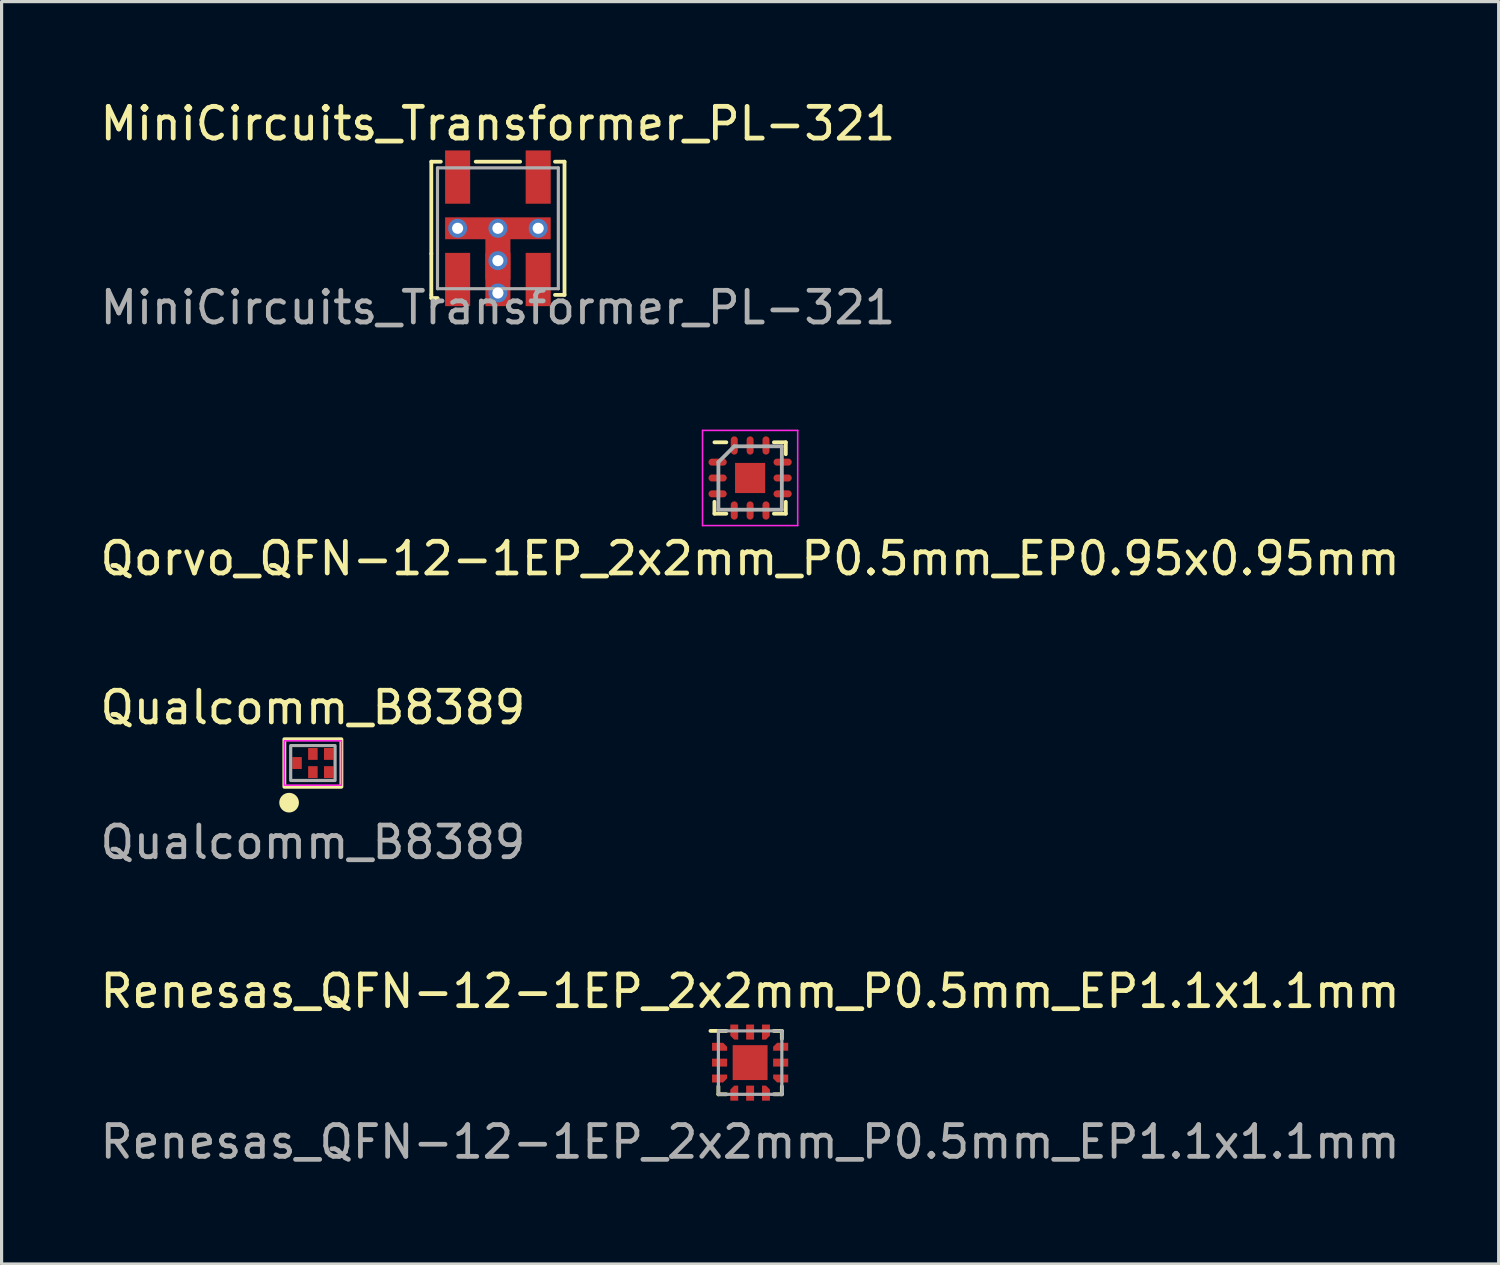
<source format=kicad_pcb>
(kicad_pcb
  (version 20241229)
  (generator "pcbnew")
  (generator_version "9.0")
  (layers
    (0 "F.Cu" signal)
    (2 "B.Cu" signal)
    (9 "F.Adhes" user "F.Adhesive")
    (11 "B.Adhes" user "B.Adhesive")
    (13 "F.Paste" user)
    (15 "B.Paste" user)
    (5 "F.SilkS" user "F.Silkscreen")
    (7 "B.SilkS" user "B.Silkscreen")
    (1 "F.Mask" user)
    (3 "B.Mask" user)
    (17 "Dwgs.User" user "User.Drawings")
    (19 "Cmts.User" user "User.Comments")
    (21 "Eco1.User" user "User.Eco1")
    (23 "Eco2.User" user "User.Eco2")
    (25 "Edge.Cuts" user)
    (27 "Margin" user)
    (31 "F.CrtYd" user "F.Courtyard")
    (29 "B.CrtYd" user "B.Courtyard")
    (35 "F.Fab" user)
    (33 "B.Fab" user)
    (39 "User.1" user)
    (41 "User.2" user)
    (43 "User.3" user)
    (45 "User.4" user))
  (footprint "Qualcomm_B8389"
    (layer "F.Cu")
    (at 6.815 21.008)
    (property "Reference" "Qualcomm_B8389" (at 0 -1.75 0) (unlocked yes) (layer "F.SilkS") (effects (font (size 1 1) (thickness 0.15))))
    (attr smd)
    (fp_rect (start -0.9 -0.75) (end 0.9 0.75) (stroke (width 0.12) (type default)) (fill no) (layer "F.SilkS"))
    (fp_circle (center -0.75 1.25) (end -0.5 1.25) (stroke (width 0.12) (type solid)) (fill yes) (layer "F.SilkS"))
    (fp_rect (start -0.9 -0.7) (end 0.9 0.7) (stroke (width 0.05) (type default)) (fill no) (layer "F.CrtYd"))
    (fp_rect (start -0.7 -0.55) (end 0.7 0.55) (stroke (width 0.1) (type default)) (fill no) (layer "F.Fab"))
    (fp_text user "${REFERENCE}" (at 0 2.5 0) (unlocked yes) (layer "F.Fab") (effects (font (size 1 1) (thickness 0.15))))
    (pad "1" smd rect (at -0.5 0) (size 0.3 0.375) (layers "F.Cu" "F.Mask" "F.Paste"))
    (pad "2" smd rect (at 0 0.287) (size 0.3 0.375) (layers "F.Cu" "F.Mask" "F.Paste"))
    (pad "3" smd rect (at 0.5 0.287) (size 0.3 0.375) (layers "F.Cu" "F.Mask" "F.Paste"))
    (pad "4" smd rect (at 0.5 -0.287) (size 0.3 0.375) (layers "F.Cu" "F.Mask" "F.Paste"))
    (pad "5" smd rect (at 0 -0.287) (size 0.3 0.375) (layers "F.Cu" "F.Mask" "F.Paste")))
  (footprint "MiniCircuits_Transformer_PL-321"
    (layer "F.Cu")
    (at 12.649 4.148)
    (property "Reference" "MiniCircuits_Transformer_PL-321" (at 0 -3.3 0) (unlocked yes) (layer "F.SilkS") (effects (font (size 1 1) (thickness 0.15))))
    (attr smd)
    (fp_line (start -2.1 -2.1) (end -2.1 0.8) (stroke (width 0.12) (type solid)) (layer "F.SilkS"))
    (fp_line (start -2.1 0.8) (end -2.1 2.1) (stroke (width 0.12) (type solid)) (layer "F.SilkS"))
    (fp_line (start -2.1 2.1) (end -2.1 2.2) (stroke (width 0.12) (type solid)) (layer "F.SilkS"))
    (fp_line (start -2.1 2.2) (end -1.9 2.2) (stroke (width 0.12) (type solid)) (layer "F.SilkS"))
    (fp_line (start -1.8 -2.1) (end -2.1 -2.1) (stroke (width 0.12) (type solid)) (layer "F.SilkS"))
    (fp_line (start -0.7 -2.1) (end 0.7 -2.1) (stroke (width 0.12) (type solid)) (layer "F.SilkS"))
    (fp_line (start 1.8 -2.1) (end 2.1 -2.1) (stroke (width 0.12) (type solid)) (layer "F.SilkS"))
    (fp_line (start 2.1 -2.1) (end 2.1 2.1) (stroke (width 0.12) (type solid)) (layer "F.SilkS"))
    (fp_line (start 2.1 2.1) (end 1.8 2.1) (stroke (width 0.12) (type solid)) (layer "F.SilkS"))
    (fp_line (start -1.905 -1.905) (end 1.905 -1.905) (stroke (width 0.1) (type solid)) (layer "F.Fab"))
    (fp_line (start -1.905 1.905) (end -1.905 -1.905) (stroke (width 0.1) (type solid)) (layer "F.Fab"))
    (fp_line (start 1.905 -1.905) (end 1.905 1.905) (stroke (width 0.1) (type solid)) (layer "F.Fab"))
    (fp_line (start 1.905 1.905) (end -1.905 1.905) (stroke (width 0.1) (type solid)) (layer "F.Fab"))
    (fp_text user "${REFERENCE}" (at 0 2.5 0) (unlocked yes) (layer "F.Fab") (effects (font (size 1 1) (thickness 0.15))))
    (pad "1" smd rect (at -1.27 1.615) (size 0.79 1.68) (layers "F.Cu" "F.Mask" "F.Paste"))
    (pad "2" smd rect (at 1.27 1.615) (size 0.79 1.68) (layers "F.Cu" "F.Mask" "F.Paste"))
    (pad "3" smd rect (at 1.27 -1.615) (size 0.79 1.68) (layers "F.Cu" "F.Mask" "F.Paste"))
    (pad "4" smd rect (at -1.27 -1.615) (size 0.79 1.68) (layers "F.Cu" "F.Mask" "F.Paste"))
    (pad "5" thru_hole circle (at -1.27 0) (size 0.6 0.6) (drill 0.35) (layers "*.Cu" "*.Mask"))
    (pad "5" thru_hole circle (at 0 0) (size 0.6 0.6) (drill 0.35) (layers "*.Cu" "*.Mask"))
    (pad "5" smd rect (at 0 0) (size 3.33 0.69) (layers "F.Cu" "F.Mask" "F.Paste"))
    (pad "5" smd rect (at 0 0.775) (size 0.79 1.68) (layers "F.Cu" "F.Mask" "F.Paste"))
    (pad "5" thru_hole circle (at 0 1.02) (size 0.6 0.6) (drill 0.35) (layers "*.Cu" "*.Mask"))
    (pad "5" smd rect (at 0 1.615) (size 0.79 1.68) (layers "F.Cu"))
    (pad "5" thru_hole circle (at 0 2.04) (size 0.6 0.6) (drill 0.35) (layers "*.Cu"))
    (pad "5" thru_hole circle (at 1.27 0) (size 0.6 0.6) (drill 0.35) (layers "*.Cu" "*.Mask")))
  (footprint "Qorvo_QFN-12-1EP_2x2mm_P0.5mm_EP0.95x0.95mm"
    (layer "F.Cu")
    (at 20.601 12.021)
    (property "Reference" "Qorvo_QFN-12-1EP_2x2mm_P0.5mm_EP0.95x0.95mm" (at 0 2.54 0) (layer "F.SilkS") (effects (font (size 1 1) (thickness 0.15))))
    (attr smd)
    (fp_line (start -1.125 0.75) (end -1.125 1.125) (stroke (width 0.12) (type solid)) (layer "F.SilkS"))
    (fp_line (start -1.125 1.125) (end -0.75 1.125) (stroke (width 0.12) (type solid)) (layer "F.SilkS"))
    (fp_line (start -0.75 -1.125) (end -1.125 -1.125) (stroke (width 0.12) (type solid)) (layer "F.SilkS"))
    (fp_line (start 0.75 -1.125) (end 1.125 -1.125) (stroke (width 0.12) (type solid)) (layer "F.SilkS"))
    (fp_line (start 0.75 1.125) (end 1.125 1.125) (stroke (width 0.12) (type solid)) (layer "F.SilkS"))
    (fp_line (start 1.125 -1.125) (end 1.125 -0.75) (stroke (width 0.12) (type solid)) (layer "F.SilkS"))
    (fp_line (start 1.125 1.125) (end 1.125 0.75) (stroke (width 0.12) (type solid)) (layer "F.SilkS"))
    (fp_line (start -1.5 -1.5) (end 1.5 -1.5) (stroke (width 0.05) (type solid)) (layer "F.CrtYd"))
    (fp_line (start -1.5 1.5) (end -1.5 -1.5) (stroke (width 0.05) (type solid)) (layer "F.CrtYd"))
    (fp_line (start 1.5 -1.5) (end 1.5 1.5) (stroke (width 0.05) (type solid)) (layer "F.CrtYd"))
    (fp_line (start 1.5 1.5) (end -1.5 1.5) (stroke (width 0.05) (type solid)) (layer "F.CrtYd"))
    (fp_line (start -1 -0.5) (end -1 1) (stroke (width 0.12) (type solid)) (layer "F.Fab"))
    (fp_line (start -1 1) (end 1 1) (stroke (width 0.12) (type solid)) (layer "F.Fab"))
    (fp_line (start -0.5 -1) (end -1 -0.5) (stroke (width 0.12) (type solid)) (layer "F.Fab"))
    (fp_line (start 1 -1) (end -0.5 -1) (stroke (width 0.12) (type solid)) (layer "F.Fab"))
    (fp_line (start 1 1) (end 1 -1) (stroke (width 0.12) (type solid)) (layer "F.Fab"))
    (pad "1" smd oval (at -1 -0.5 180) (size 0.575 0.22) (drill (offset 0.025 0)) (layers "F.Cu" "F.Mask" "F.Paste"))
    (pad "2" smd oval (at -1 0 180) (size 0.575 0.22) (drill (offset 0.025 0)) (layers "F.Cu" "F.Mask" "F.Paste"))
    (pad "3" smd oval (at -1 0.5 180) (size 0.575 0.22) (drill (offset 0.025 0)) (layers "F.Cu" "F.Mask" "F.Paste"))
    (pad "4" smd oval (at -0.5 1 270) (size 0.575 0.22) (drill (offset 0.025 0)) (layers "F.Cu" "F.Mask" "F.Paste"))
    (pad "5" smd oval (at 0 1 270) (size 0.575 0.22) (drill (offset 0.025 0)) (layers "F.Cu" "F.Mask" "F.Paste"))
    (pad "6" smd oval (at 0.5 1 270) (size 0.575 0.22) (drill (offset 0.025 0)) (layers "F.Cu" "F.Mask" "F.Paste"))
    (pad "7" smd oval (at 1 0.5) (size 0.575 0.22) (drill (offset 0.025 0)) (layers "F.Cu" "F.Mask" "F.Paste"))
    (pad "8" smd oval (at 1 0) (size 0.575 0.22) (drill (offset 0.025 0)) (layers "F.Cu" "F.Mask" "F.Paste"))
    (pad "9" smd oval (at 1 -0.5) (size 0.575 0.22) (drill (offset 0.025 0)) (layers "F.Cu" "F.Mask" "F.Paste"))
    (pad "10" smd oval (at 0.5 -1 90) (size 0.575 0.22) (drill (offset 0.025 0)) (layers "F.Cu" "F.Mask" "F.Paste"))
    (pad "11" smd oval (at 0 -1 90) (size 0.575 0.22) (drill (offset 0.025 0)) (layers "F.Cu" "F.Mask" "F.Paste"))
    (pad "12" smd oval (at -0.5 -1 90) (size 0.575 0.22) (drill (offset 0.025 0)) (layers "F.Cu" "F.Mask" "F.Paste"))
    (pad "13" smd rect (at 0 0) (size 0.95 0.95) (layers "F.Cu" "F.Mask" "F.Paste")))
  (footprint "Renesas_QFN-12-1EP_2x2mm_P0.5mm_EP1.1x1.1mm"
    (layer "F.Cu")
    (at 20.601 30.454)
    (property "Reference" "Renesas_QFN-12-1EP_2x2mm_P0.5mm_EP1.1x1.1mm" (at 0 -2.25 0) (unlocked yes) (layer "F.SilkS") (effects (font (size 1 1) (thickness 0.15))))
    (fp_line (start -1 0.75) (end -1 1) (stroke (width 0.12) (type solid)) (layer "F.SilkS"))
    (fp_line (start -1 1) (end -0.75 1) (stroke (width 0.12) (type solid)) (layer "F.SilkS"))
    (fp_line (start -0.75 -1) (end -1.25 -1) (stroke (width 0.12) (type solid)) (layer "F.SilkS"))
    (fp_line (start 0.75 -1) (end 1 -1) (stroke (width 0.12) (type solid)) (layer "F.SilkS"))
    (fp_line (start 0.75 1) (end 1 1) (stroke (width 0.12) (type solid)) (layer "F.SilkS"))
    (fp_line (start 1 -1) (end 1 -0.75) (stroke (width 0.12) (type solid)) (layer "F.SilkS"))
    (fp_line (start 1 1) (end 1 0.75) (stroke (width 0.12) (type solid)) (layer "F.SilkS"))
    (fp_rect (start -1 -1) (end -1 1) (stroke (width 0.1) (type solid)) (fill no) (layer "F.Fab"))
    (fp_rect (start -1 -1) (end 1 -1) (stroke (width 0.1) (type solid)) (fill no) (layer "F.Fab"))
    (fp_rect (start 1 1) (end -1 1) (stroke (width 0.1) (type solid)) (fill no) (layer "F.Fab"))
    (fp_rect (start 1 1) (end 1 -1) (stroke (width 0.1) (type solid)) (fill no) (layer "F.Fab"))
    (fp_text user "${REFERENCE}" (at 0 2.5 0) (unlocked yes) (layer "F.Fab") (effects (font (size 1 1) (thickness 0.15))))
    (pad "1" smd roundrect (at -0.963 -0.5) (size 0.475 0.25) (layers "F.Cu" "F.Mask" "F.Paste") (roundrect_rratio 0) (chamfer_ratio 0.5) (chamfer top_right))
    (pad "2" smd rect (at -0.963 0) (size 0.475 0.25) (layers "F.Cu" "F.Mask" "F.Paste"))
    (pad "3" smd roundrect (at -0.963 0.5) (size 0.475 0.25) (layers "F.Cu" "F.Mask" "F.Paste") (roundrect_rratio 0) (chamfer_ratio 0.5) (chamfer bottom_right))
    (pad "4" smd roundrect (at -0.5 0.963 90) (size 0.475 0.25) (layers "F.Cu" "F.Mask" "F.Paste") (roundrect_rratio 0) (chamfer_ratio 0.5) (chamfer top_right))
    (pad "5" smd rect (at 0 0.963 90) (size 0.475 0.25) (layers "F.Cu" "F.Mask" "F.Paste"))
    (pad "6" smd roundrect (at 0.5 0.963 90) (size 0.475 0.25) (layers "F.Cu" "F.Mask" "F.Paste") (roundrect_rratio 0) (chamfer_ratio 0.5) (chamfer bottom_right))
    (pad "7" smd roundrect (at 0.963 0.5) (size 0.475 0.25) (layers "F.Cu" "F.Mask" "F.Paste") (roundrect_rratio 0) (chamfer_ratio 0.5) (chamfer bottom_left))
    (pad "8" smd rect (at 0.963 0) (size 0.475 0.25) (layers "F.Cu" "F.Mask" "F.Paste"))
    (pad "9" smd roundrect (at 0.963 -0.5) (size 0.475 0.25) (layers "F.Cu" "F.Mask" "F.Paste") (roundrect_rratio 0) (chamfer_ratio 0.5) (chamfer top_left))
    (pad "10" smd roundrect (at 0.5 -0.963 90) (size 0.475 0.25) (layers "F.Cu" "F.Mask" "F.Paste") (roundrect_rratio 0) (chamfer_ratio 0.5) (chamfer bottom_left))
    (pad "11" smd rect (at 0 -0.963 90) (size 0.475 0.25) (layers "F.Cu" "F.Mask" "F.Paste"))
    (pad "12" smd roundrect (at -0.5 -0.963 90) (size 0.475 0.25) (layers "F.Cu" "F.Mask" "F.Paste") (roundrect_rratio 0) (chamfer_ratio 0.5) (chamfer top_left))
    (pad "13" smd rect (at 0 0) (size 1.1 1.1) (layers "F.Cu" "F.Mask" "F.Paste")))
  (gr_rect
    (start -3 -3)
    (end 44.202 36.803)
    (stroke (width 0.1) (type default))
    (fill no)
    (layer "Edge.Cuts")))
</source>
